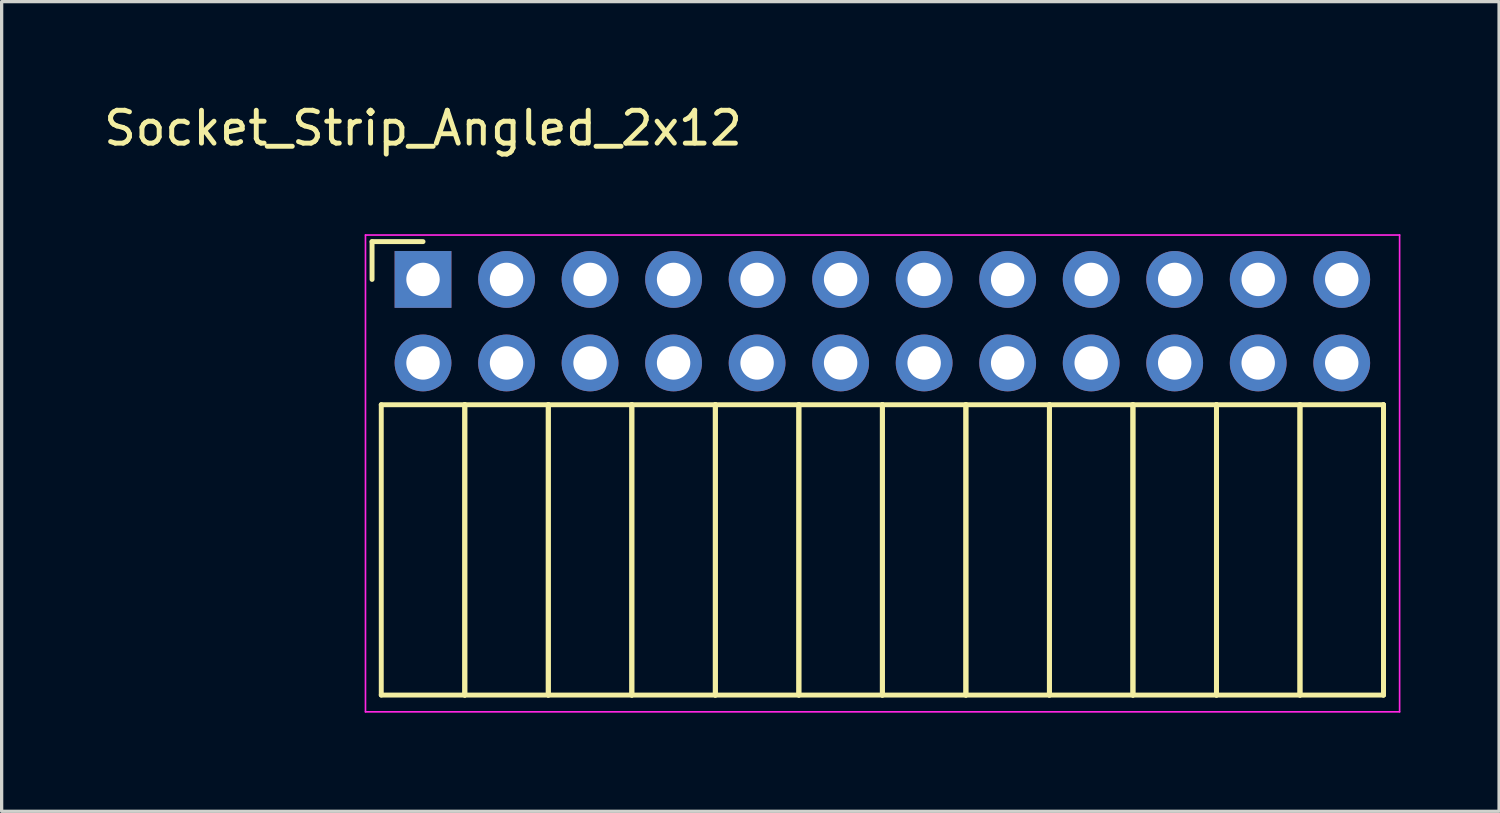
<source format=kicad_pcb>
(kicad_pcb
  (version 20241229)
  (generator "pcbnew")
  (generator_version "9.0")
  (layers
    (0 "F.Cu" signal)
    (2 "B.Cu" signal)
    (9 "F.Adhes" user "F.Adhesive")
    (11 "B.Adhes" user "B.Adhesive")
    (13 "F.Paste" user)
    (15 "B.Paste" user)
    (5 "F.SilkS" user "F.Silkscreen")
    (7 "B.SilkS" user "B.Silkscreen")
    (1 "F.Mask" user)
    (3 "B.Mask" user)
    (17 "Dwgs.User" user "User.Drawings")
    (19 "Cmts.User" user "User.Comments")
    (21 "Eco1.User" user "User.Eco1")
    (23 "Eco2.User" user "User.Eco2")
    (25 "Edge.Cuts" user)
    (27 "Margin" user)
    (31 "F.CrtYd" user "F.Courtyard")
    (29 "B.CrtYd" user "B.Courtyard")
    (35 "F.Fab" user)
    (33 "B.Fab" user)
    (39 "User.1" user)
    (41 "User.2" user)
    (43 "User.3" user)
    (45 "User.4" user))
  (footprint "Socket_Strip_Angled_2x12"
    (layer "F.Cu")
    (at 9.815 5.448)
    (property "Reference" "Socket_Strip_Angled_2x12" (at 0 -4.6 0) (layer "F.SilkS") (effects (font (size 1 1) (thickness 0.15))))
    (attr through_hole)
    (fp_line (start -1.55 -1.15) (end -1.55 0) (stroke (width 0.15) (type solid)) (layer "F.SilkS"))
    (fp_line (start -1.27 3.81) (end -1.27 12.64) (stroke (width 0.15) (type solid)) (layer "F.SilkS"))
    (fp_line (start -1.27 3.81) (end 1.27 3.81) (stroke (width 0.15) (type solid)) (layer "F.SilkS"))
    (fp_line (start -1.27 12.64) (end 1.27 12.64) (stroke (width 0.15) (type solid)) (layer "F.SilkS"))
    (fp_line (start 0 -1.15) (end -1.55 -1.15) (stroke (width 0.15) (type solid)) (layer "F.SilkS"))
    (fp_line (start 1.27 3.81) (end 1.27 12.64) (stroke (width 0.15) (type solid)) (layer "F.SilkS"))
    (fp_line (start 1.27 3.81) (end 3.81 3.81) (stroke (width 0.15) (type solid)) (layer "F.SilkS"))
    (fp_line (start 1.27 12.64) (end 1.27 3.81) (stroke (width 0.15) (type solid)) (layer "F.SilkS"))
    (fp_line (start 1.27 12.64) (end 3.81 12.64) (stroke (width 0.15) (type solid)) (layer "F.SilkS"))
    (fp_line (start 3.81 3.81) (end 3.81 12.64) (stroke (width 0.15) (type solid)) (layer "F.SilkS"))
    (fp_line (start 3.81 3.81) (end 6.35 3.81) (stroke (width 0.15) (type solid)) (layer "F.SilkS"))
    (fp_line (start 3.81 12.64) (end 3.81 3.81) (stroke (width 0.15) (type solid)) (layer "F.SilkS"))
    (fp_line (start 3.81 12.64) (end 6.35 12.64) (stroke (width 0.15) (type solid)) (layer "F.SilkS"))
    (fp_line (start 6.35 3.81) (end 6.35 12.64) (stroke (width 0.15) (type solid)) (layer "F.SilkS"))
    (fp_line (start 6.35 3.81) (end 8.89 3.81) (stroke (width 0.15) (type solid)) (layer "F.SilkS"))
    (fp_line (start 6.35 12.64) (end 6.35 3.81) (stroke (width 0.15) (type solid)) (layer "F.SilkS"))
    (fp_line (start 6.35 12.64) (end 8.89 12.64) (stroke (width 0.15) (type solid)) (layer "F.SilkS"))
    (fp_line (start 8.89 3.81) (end 8.89 12.64) (stroke (width 0.15) (type solid)) (layer "F.SilkS"))
    (fp_line (start 8.89 3.81) (end 11.43 3.81) (stroke (width 0.15) (type solid)) (layer "F.SilkS"))
    (fp_line (start 8.89 12.64) (end 8.89 3.81) (stroke (width 0.15) (type solid)) (layer "F.SilkS"))
    (fp_line (start 8.89 12.64) (end 11.43 12.64) (stroke (width 0.15) (type solid)) (layer "F.SilkS"))
    (fp_line (start 11.43 3.81) (end 11.43 12.64) (stroke (width 0.15) (type solid)) (layer "F.SilkS"))
    (fp_line (start 11.43 3.81) (end 13.97 3.81) (stroke (width 0.15) (type solid)) (layer "F.SilkS"))
    (fp_line (start 11.43 12.64) (end 11.43 3.81) (stroke (width 0.15) (type solid)) (layer "F.SilkS"))
    (fp_line (start 11.43 12.64) (end 13.97 12.64) (stroke (width 0.15) (type solid)) (layer "F.SilkS"))
    (fp_line (start 13.97 3.81) (end 13.97 12.64) (stroke (width 0.15) (type solid)) (layer "F.SilkS"))
    (fp_line (start 13.97 3.81) (end 16.51 3.81) (stroke (width 0.15) (type solid)) (layer "F.SilkS"))
    (fp_line (start 13.97 12.64) (end 13.97 3.81) (stroke (width 0.15) (type solid)) (layer "F.SilkS"))
    (fp_line (start 13.97 12.64) (end 16.51 12.64) (stroke (width 0.15) (type solid)) (layer "F.SilkS"))
    (fp_line (start 16.51 3.81) (end 16.51 12.64) (stroke (width 0.15) (type solid)) (layer "F.SilkS"))
    (fp_line (start 16.51 3.81) (end 19.05 3.81) (stroke (width 0.15) (type solid)) (layer "F.SilkS"))
    (fp_line (start 16.51 12.64) (end 16.51 3.81) (stroke (width 0.15) (type solid)) (layer "F.SilkS"))
    (fp_line (start 16.51 12.64) (end 19.05 12.64) (stroke (width 0.15) (type solid)) (layer "F.SilkS"))
    (fp_line (start 19.05 3.81) (end 19.05 12.64) (stroke (width 0.15) (type solid)) (layer "F.SilkS"))
    (fp_line (start 19.05 3.81) (end 21.59 3.81) (stroke (width 0.15) (type solid)) (layer "F.SilkS"))
    (fp_line (start 19.05 12.64) (end 19.05 3.81) (stroke (width 0.15) (type solid)) (layer "F.SilkS"))
    (fp_line (start 19.05 12.64) (end 21.59 12.64) (stroke (width 0.15) (type solid)) (layer "F.SilkS"))
    (fp_line (start 21.59 3.81) (end 21.59 12.64) (stroke (width 0.15) (type solid)) (layer "F.SilkS"))
    (fp_line (start 21.59 3.81) (end 24.13 3.81) (stroke (width 0.15) (type solid)) (layer "F.SilkS"))
    (fp_line (start 21.59 12.64) (end 21.59 3.81) (stroke (width 0.15) (type solid)) (layer "F.SilkS"))
    (fp_line (start 21.59 12.64) (end 24.13 12.64) (stroke (width 0.15) (type solid)) (layer "F.SilkS"))
    (fp_line (start 24.13 3.81) (end 24.13 12.64) (stroke (width 0.15) (type solid)) (layer "F.SilkS"))
    (fp_line (start 24.13 3.81) (end 26.67 3.81) (stroke (width 0.15) (type solid)) (layer "F.SilkS"))
    (fp_line (start 24.13 12.64) (end 24.13 3.81) (stroke (width 0.15) (type solid)) (layer "F.SilkS"))
    (fp_line (start 24.13 12.64) (end 26.67 12.64) (stroke (width 0.15) (type solid)) (layer "F.SilkS"))
    (fp_line (start 26.67 3.81) (end 26.67 12.64) (stroke (width 0.15) (type solid)) (layer "F.SilkS"))
    (fp_line (start 26.67 3.81) (end 29.21 3.81) (stroke (width 0.15) (type solid)) (layer "F.SilkS"))
    (fp_line (start 26.67 12.64) (end 26.67 3.81) (stroke (width 0.15) (type solid)) (layer "F.SilkS"))
    (fp_line (start 26.67 12.64) (end 29.21 12.64) (stroke (width 0.15) (type solid)) (layer "F.SilkS"))
    (fp_line (start 29.21 3.81) (end 29.21 12.64) (stroke (width 0.15) (type solid)) (layer "F.SilkS"))
    (fp_line (start 29.21 12.64) (end 29.21 3.81) (stroke (width 0.15) (type solid)) (layer "F.SilkS"))
    (fp_line (start -1.75 -1.35) (end -1.75 13.15) (stroke (width 0.05) (type solid)) (layer "F.CrtYd"))
    (fp_line (start -1.75 -1.35) (end 29.7 -1.35) (stroke (width 0.05) (type solid)) (layer "F.CrtYd"))
    (fp_line (start -1.75 13.15) (end 29.7 13.15) (stroke (width 0.05) (type solid)) (layer "F.CrtYd"))
    (fp_line (start 29.7 -1.35) (end 29.7 13.15) (stroke (width 0.05) (type solid)) (layer "F.CrtYd"))
    (pad "1" thru_hole rect (at 0 0) (size 1.727 1.727) (drill 1.016) (layers "*.Cu" "*.Mask"))
    (pad "2" thru_hole oval (at 0 2.54) (size 1.727 1.727) (drill 1.016) (layers "*.Cu" "*.Mask"))
    (pad "3" thru_hole oval (at 2.54 0) (size 1.727 1.727) (drill 1.016) (layers "*.Cu" "*.Mask"))
    (pad "4" thru_hole oval (at 2.54 2.54) (size 1.727 1.727) (drill 1.016) (layers "*.Cu" "*.Mask"))
    (pad "5" thru_hole oval (at 5.08 0) (size 1.727 1.727) (drill 1.016) (layers "*.Cu" "*.Mask"))
    (pad "6" thru_hole oval (at 5.08 2.54) (size 1.727 1.727) (drill 1.016) (layers "*.Cu" "*.Mask"))
    (pad "7" thru_hole oval (at 7.62 0) (size 1.727 1.727) (drill 1.016) (layers "*.Cu" "*.Mask"))
    (pad "8" thru_hole oval (at 7.62 2.54) (size 1.727 1.727) (drill 1.016) (layers "*.Cu" "*.Mask"))
    (pad "9" thru_hole oval (at 10.16 0) (size 1.727 1.727) (drill 1.016) (layers "*.Cu" "*.Mask"))
    (pad "10" thru_hole oval (at 10.16 2.54) (size 1.727 1.727) (drill 1.016) (layers "*.Cu" "*.Mask"))
    (pad "11" thru_hole oval (at 12.7 0) (size 1.727 1.727) (drill 1.016) (layers "*.Cu" "*.Mask"))
    (pad "12" thru_hole oval (at 12.7 2.54) (size 1.727 1.727) (drill 1.016) (layers "*.Cu" "*.Mask"))
    (pad "13" thru_hole oval (at 15.24 0) (size 1.727 1.727) (drill 1.016) (layers "*.Cu" "*.Mask"))
    (pad "14" thru_hole oval (at 15.24 2.54) (size 1.727 1.727) (drill 1.016) (layers "*.Cu" "*.Mask"))
    (pad "15" thru_hole oval (at 17.78 0) (size 1.727 1.727) (drill 1.016) (layers "*.Cu" "*.Mask"))
    (pad "16" thru_hole oval (at 17.78 2.54) (size 1.727 1.727) (drill 1.016) (layers "*.Cu" "*.Mask"))
    (pad "17" thru_hole oval (at 20.32 0) (size 1.727 1.727) (drill 1.016) (layers "*.Cu" "*.Mask"))
    (pad "18" thru_hole oval (at 20.32 2.54) (size 1.727 1.727) (drill 1.016) (layers "*.Cu" "*.Mask"))
    (pad "19" thru_hole oval (at 22.86 0) (size 1.727 1.727) (drill 1.016) (layers "*.Cu" "*.Mask"))
    (pad "20" thru_hole oval (at 22.86 2.54) (size 1.727 1.727) (drill 1.016) (layers "*.Cu" "*.Mask"))
    (pad "21" thru_hole oval (at 25.4 0) (size 1.727 1.727) (drill 1.016) (layers "*.Cu" "*.Mask"))
    (pad "22" thru_hole oval (at 25.4 2.54) (size 1.727 1.727) (drill 1.016) (layers "*.Cu" "*.Mask"))
    (pad "23" thru_hole oval (at 27.94 0) (size 1.727 1.727) (drill 1.016) (layers "*.Cu" "*.Mask"))
    (pad "24" thru_hole oval (at 27.94 2.54) (size 1.727 1.727) (drill 1.016) (layers "*.Cu" "*.Mask")))
  (gr_rect
    (start -3 -3)
    (end 42.54 21.623)
    (stroke (width 0.1) (type default))
    (fill no)
    (layer "Edge.Cuts")))
</source>
